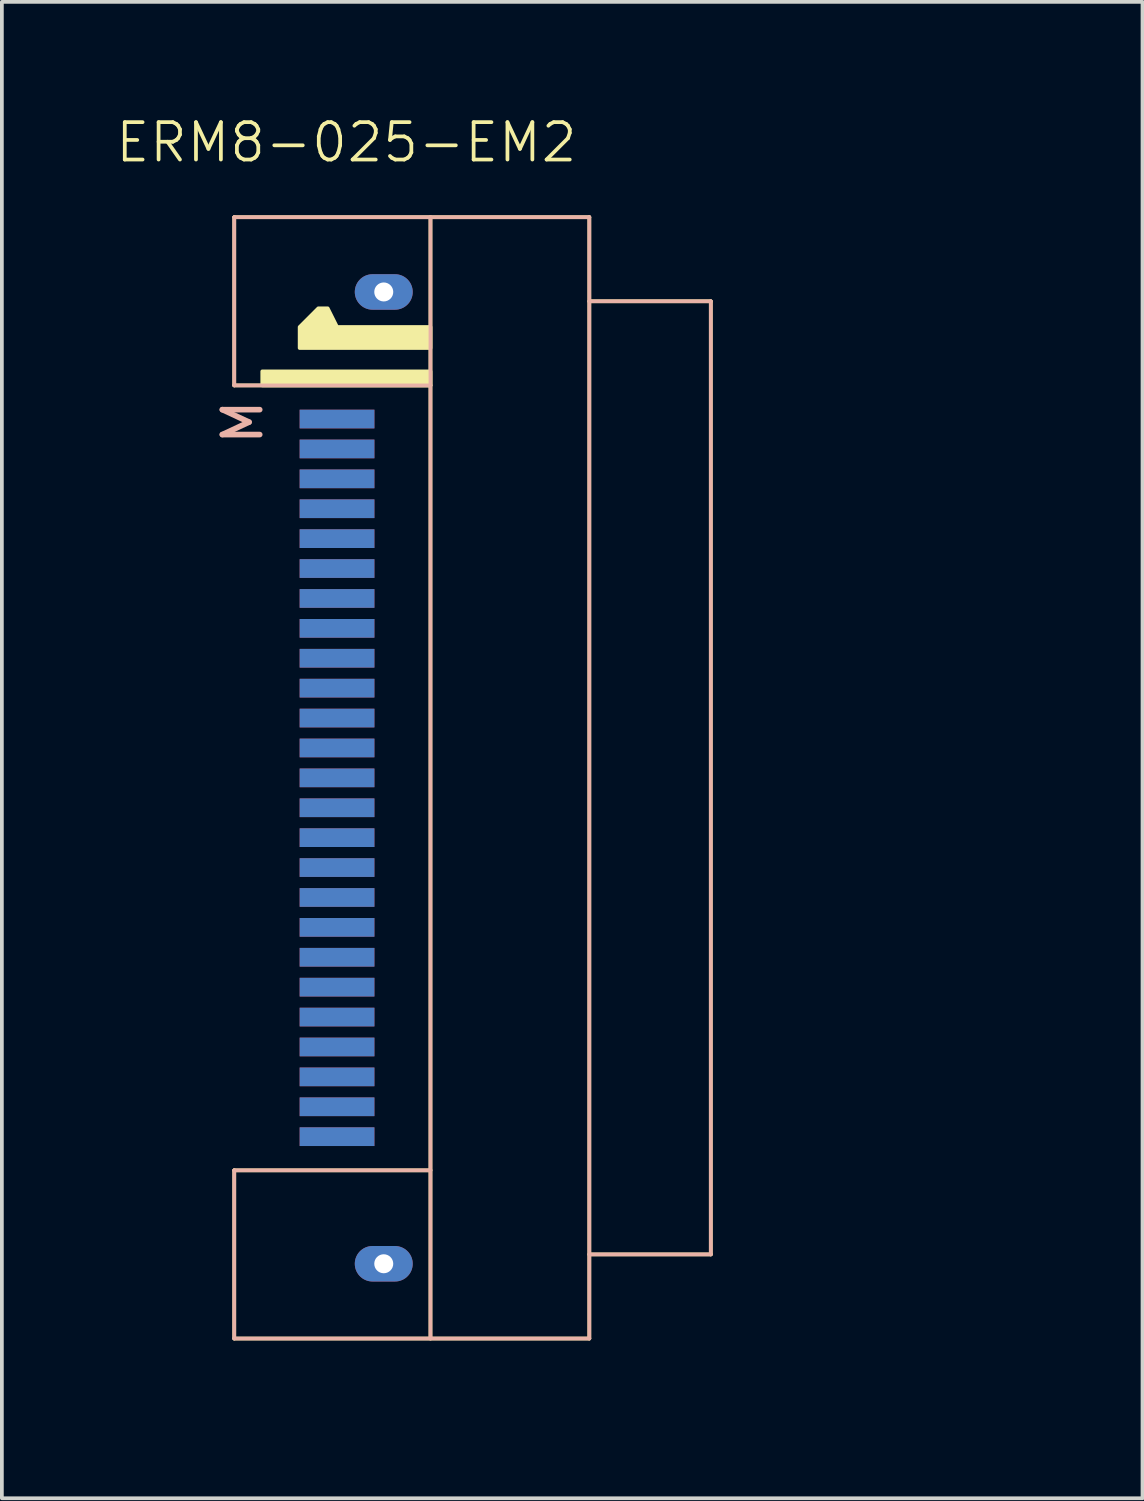
<source format=kicad_pcb>
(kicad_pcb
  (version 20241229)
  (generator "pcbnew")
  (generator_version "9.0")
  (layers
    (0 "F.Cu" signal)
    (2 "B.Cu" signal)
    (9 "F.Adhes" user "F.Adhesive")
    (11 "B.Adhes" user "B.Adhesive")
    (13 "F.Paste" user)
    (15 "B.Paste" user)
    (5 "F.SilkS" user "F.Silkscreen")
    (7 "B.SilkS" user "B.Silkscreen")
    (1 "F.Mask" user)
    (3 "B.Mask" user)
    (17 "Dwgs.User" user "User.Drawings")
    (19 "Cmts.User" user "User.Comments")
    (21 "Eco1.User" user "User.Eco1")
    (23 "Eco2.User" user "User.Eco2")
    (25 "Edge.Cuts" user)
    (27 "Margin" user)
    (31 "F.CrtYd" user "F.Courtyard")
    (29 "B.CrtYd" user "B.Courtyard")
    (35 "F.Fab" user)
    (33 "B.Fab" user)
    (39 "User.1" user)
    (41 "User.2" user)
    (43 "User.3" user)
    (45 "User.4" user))
  (footprint "ERM8-025-EM2"
    (layer "F.Cu")
    (at 8.467 17.761)
    (property "Reference" "ERM8-025-EM2" (at -2.25 -17 0) (unlocked yes) (layer "F.SilkS") (effects (font (size 1 1) (thickness 0.1))))
    (attr through_hole)
    (fp_line (start -5.25 -15) (end 4.25 -15) (stroke (width 0.1) (type default)) (layer "F.SilkS"))
    (fp_line (start -5.25 -10.5) (end -5.25 -15) (stroke (width 0.1) (type default)) (layer "F.SilkS"))
    (fp_line (start -5.25 -10.5) (end 0 -10.5) (stroke (width 0.1) (type default)) (layer "F.SilkS"))
    (fp_line (start -5.25 10.5) (end 0 10.5) (stroke (width 0.1) (type default)) (layer "F.SilkS"))
    (fp_line (start -5.25 15) (end -5.25 10.5) (stroke (width 0.1) (type default)) (layer "F.SilkS"))
    (fp_line (start -5.25 15) (end 4.25 15) (stroke (width 0.1) (type default)) (layer "F.SilkS"))
    (fp_line (start 0 -15) (end 0 15) (stroke (width 0.1) (type default)) (layer "F.SilkS"))
    (fp_line (start 4.25 -15) (end 4.25 15) (stroke (width 0.1) (type default)) (layer "F.SilkS"))
    (fp_line (start 7.5 -12.75) (end 4.25 -12.75) (stroke (width 0.1) (type default)) (layer "F.SilkS"))
    (fp_line (start 7.5 -12.75) (end 7.5 12.75) (stroke (width 0.1) (type default)) (layer "F.SilkS"))
    (fp_line (start 7.5 12.75) (end 4.25 12.75) (stroke (width 0.1) (type default)) (layer "F.SilkS"))
    (fp_rect (start -4.5 -10.875) (end 0 -10.5) (stroke (width 0.1) (type default)) (fill yes) (layer "F.SilkS"))
    (fp_poly (pts (xy 0 -11.5) (xy -3.5 -11.5) (xy -3.5 -12.062) (xy -3 -12.562) (xy -2.75 -12.562) (xy -2.5 -12.062) (xy 0 -12.062)) (stroke (width 0.1) (type solid)) (fill yes) (layer "F.SilkS"))
    (fp_line (start -5.25 -10.5) (end -5.25 -15) (stroke (width 0.1) (type default)) (layer "B.SilkS"))
    (fp_line (start -5.25 15) (end -5.25 10.5) (stroke (width 0.1) (type default)) (layer "B.SilkS"))
    (fp_line (start 0 -15) (end 0 15) (stroke (width 0.1) (type default)) (layer "B.SilkS"))
    (fp_line (start 0 -10.5) (end -5.25 -10.5) (stroke (width 0.1) (type default)) (layer "B.SilkS"))
    (fp_line (start 0 10.5) (end -5.25 10.5) (stroke (width 0.1) (type default)) (layer "B.SilkS"))
    (fp_line (start 4.25 -15) (end -5.25 -15) (stroke (width 0.1) (type default)) (layer "B.SilkS"))
    (fp_line (start 4.25 -15) (end 4.25 15) (stroke (width 0.1) (type default)) (layer "B.SilkS"))
    (fp_line (start 4.25 -12.75) (end 7.5 -12.75) (stroke (width 0.1) (type default)) (layer "B.SilkS"))
    (fp_line (start 4.25 12.75) (end 7.5 12.75) (stroke (width 0.1) (type default)) (layer "B.SilkS"))
    (fp_line (start 4.25 15) (end -5.25 15) (stroke (width 0.1) (type default)) (layer "B.SilkS"))
    (fp_line (start 7.5 -12.75) (end 7.5 12.75) (stroke (width 0.1) (type default)) (layer "B.SilkS"))
    (fp_poly (pts (xy 0 -16.25) (xy 0 16.25) (xy 0 -10.125) (xy -0.312 -10.438) (xy -4.688 -10.438) (xy -4.875 -10.625) (xy -4.875 -11.25) (xy -3.375 -12.75) (xy -2.562 -12.75) (xy -2.25 -12.125) (xy -0.312 -12.125) (xy 0 -12.375)) (stroke (width 0.05) (type solid)) (fill no) (layer "User.4"))
    (fp_rect (start 0 -16) (end 16 16) (stroke (width 0.1) (type default)) (fill no) (layer "User.5"))
    (fp_text user "M" (at -4.438 -10.188 90) (unlocked yes) (layer "B.SilkS") (effects (font (size 1 1) (thickness 0.15)) (justify left bottom mirror)))
    (pad "1" smd rect (at -2.5 -9.6) (size 2 0.5) (layers "F.Cu" "F.Mask" "F.Paste"))
    (pad "2" smd rect (at -2.5 -9.6) (size 2 0.5) (layers "B.Cu" "B.Mask" "B.Paste"))
    (pad "3" smd rect (at -2.5 -8.8) (size 2 0.5) (layers "F.Cu" "F.Mask" "F.Paste"))
    (pad "4" smd rect (at -2.5 -8.8) (size 2 0.5) (layers "B.Cu" "B.Mask" "B.Paste"))
    (pad "5" smd rect (at -2.5 -8) (size 2 0.5) (layers "F.Cu" "F.Mask" "F.Paste"))
    (pad "6" smd rect (at -2.5 -8) (size 2 0.5) (layers "B.Cu" "B.Mask" "B.Paste"))
    (pad "7" smd rect (at -2.5 -7.2) (size 2 0.5) (layers "F.Cu" "F.Mask" "F.Paste"))
    (pad "8" smd rect (at -2.5 -7.2) (size 2 0.5) (layers "B.Cu" "B.Mask" "B.Paste"))
    (pad "9" smd rect (at -2.5 -6.4) (size 2 0.5) (layers "F.Cu" "F.Mask" "F.Paste"))
    (pad "10" smd rect (at -2.5 -6.4) (size 2 0.5) (layers "B.Cu" "B.Mask" "B.Paste"))
    (pad "11" smd rect (at -2.5 -5.6) (size 2 0.5) (layers "F.Cu" "F.Mask" "F.Paste"))
    (pad "12" smd rect (at -2.5 -5.6) (size 2 0.5) (layers "B.Cu" "B.Mask" "B.Paste"))
    (pad "13" smd rect (at -2.5 -4.8) (size 2 0.5) (layers "F.Cu" "F.Mask" "F.Paste"))
    (pad "14" smd rect (at -2.5 -4.8) (size 2 0.5) (layers "B.Cu" "B.Mask" "B.Paste"))
    (pad "15" smd rect (at -2.5 -4) (size 2 0.5) (layers "F.Cu" "F.Mask" "F.Paste"))
    (pad "16" smd rect (at -2.5 -4) (size 2 0.5) (layers "B.Cu" "B.Mask" "B.Paste"))
    (pad "17" smd rect (at -2.5 -3.2) (size 2 0.5) (layers "F.Cu" "F.Mask" "F.Paste"))
    (pad "18" smd rect (at -2.5 -3.2) (size 2 0.5) (layers "B.Cu" "B.Mask" "B.Paste"))
    (pad "19" smd rect (at -2.5 -2.4) (size 2 0.5) (layers "F.Cu" "F.Mask" "F.Paste"))
    (pad "20" smd rect (at -2.5 -2.4) (size 2 0.5) (layers "B.Cu" "B.Mask" "B.Paste"))
    (pad "21" smd rect (at -2.5 -1.6) (size 2 0.5) (layers "F.Cu" "F.Mask" "F.Paste"))
    (pad "22" smd rect (at -2.5 -1.6) (size 2 0.5) (layers "B.Cu" "B.Mask" "B.Paste"))
    (pad "23" smd rect (at -2.5 -0.8) (size 2 0.5) (layers "F.Cu" "F.Mask" "F.Paste"))
    (pad "24" smd rect (at -2.5 -0.8) (size 2 0.5) (layers "B.Cu" "B.Mask" "B.Paste"))
    (pad "25" smd rect (at -2.5 0) (size 2 0.5) (layers "F.Cu" "F.Mask" "F.Paste"))
    (pad "26" smd rect (at -2.5 0) (size 2 0.5) (layers "B.Cu" "B.Mask" "B.Paste"))
    (pad "27" smd rect (at -2.5 0.8) (size 2 0.5) (layers "F.Cu" "F.Mask" "F.Paste"))
    (pad "28" smd rect (at -2.5 0.8) (size 2 0.5) (layers "B.Cu" "B.Mask" "B.Paste"))
    (pad "29" smd rect (at -2.5 1.6) (size 2 0.5) (layers "F.Cu" "F.Mask" "F.Paste"))
    (pad "30" smd rect (at -2.5 1.6) (size 2 0.5) (layers "B.Cu" "B.Mask" "B.Paste"))
    (pad "31" smd rect (at -2.5 2.4) (size 2 0.5) (layers "F.Cu" "F.Mask" "F.Paste"))
    (pad "32" smd rect (at -2.5 2.4) (size 2 0.5) (layers "B.Cu" "B.Mask" "B.Paste"))
    (pad "33" smd rect (at -2.5 3.2) (size 2 0.5) (layers "F.Cu" "F.Mask" "F.Paste"))
    (pad "34" smd rect (at -2.5 3.2) (size 2 0.5) (layers "B.Cu" "B.Mask" "B.Paste"))
    (pad "35" smd rect (at -2.5 4) (size 2 0.5) (layers "F.Cu" "F.Mask" "F.Paste"))
    (pad "36" smd rect (at -2.5 4) (size 2 0.5) (layers "B.Cu" "B.Mask" "B.Paste"))
    (pad "37" smd rect (at -2.5 4.8) (size 2 0.5) (layers "F.Cu" "F.Mask" "F.Paste"))
    (pad "38" smd rect (at -2.5 4.8) (size 2 0.5) (layers "B.Cu" "B.Mask" "B.Paste"))
    (pad "39" smd rect (at -2.5 5.6) (size 2 0.5) (layers "F.Cu" "F.Mask" "F.Paste"))
    (pad "40" smd rect (at -2.5 5.6) (size 2 0.5) (layers "B.Cu" "B.Mask" "B.Paste"))
    (pad "41" smd rect (at -2.5 6.4) (size 2 0.5) (layers "F.Cu" "F.Mask" "F.Paste"))
    (pad "42" smd rect (at -2.5 6.4) (size 2 0.5) (layers "B.Cu" "B.Mask" "B.Paste"))
    (pad "43" smd rect (at -2.5 7.2) (size 2 0.5) (layers "F.Cu" "F.Mask" "F.Paste"))
    (pad "44" smd rect (at -2.5 7.2) (size 2 0.5) (layers "B.Cu" "B.Mask" "B.Paste"))
    (pad "45" smd rect (at -2.5 8) (size 2 0.5) (layers "F.Cu" "F.Mask" "F.Paste"))
    (pad "46" smd rect (at -2.5 8) (size 2 0.5) (layers "B.Cu" "B.Mask" "B.Paste"))
    (pad "47" smd rect (at -2.5 8.8) (size 2 0.5) (layers "F.Cu" "F.Mask" "F.Paste"))
    (pad "48" smd rect (at -2.5 8.8) (size 2 0.5) (layers "B.Cu" "B.Mask" "B.Paste"))
    (pad "49" smd rect (at -2.5 9.6) (size 2 0.5) (layers "F.Cu" "F.Mask" "F.Paste"))
    (pad "50" smd rect (at -2.5 9.6) (size 2 0.5) (layers "B.Cu" "B.Mask" "B.Paste"))
    (pad "G1" thru_hole oval (at -1.25 13 180) (size 1.55 0.95) (drill 0.508) (layers "*.Cu" "*.Mask"))
    (pad "G2" thru_hole oval (at -1.25 -13 180) (size 1.55 0.95) (drill 0.508) (layers "*.Cu" "*.Mask")))
  (gr_rect
    (start -3 -3)
    (end 27.517 37.035)
    (stroke (width 0.1) (type default))
    (fill no)
    (layer "Edge.Cuts")))
</source>
